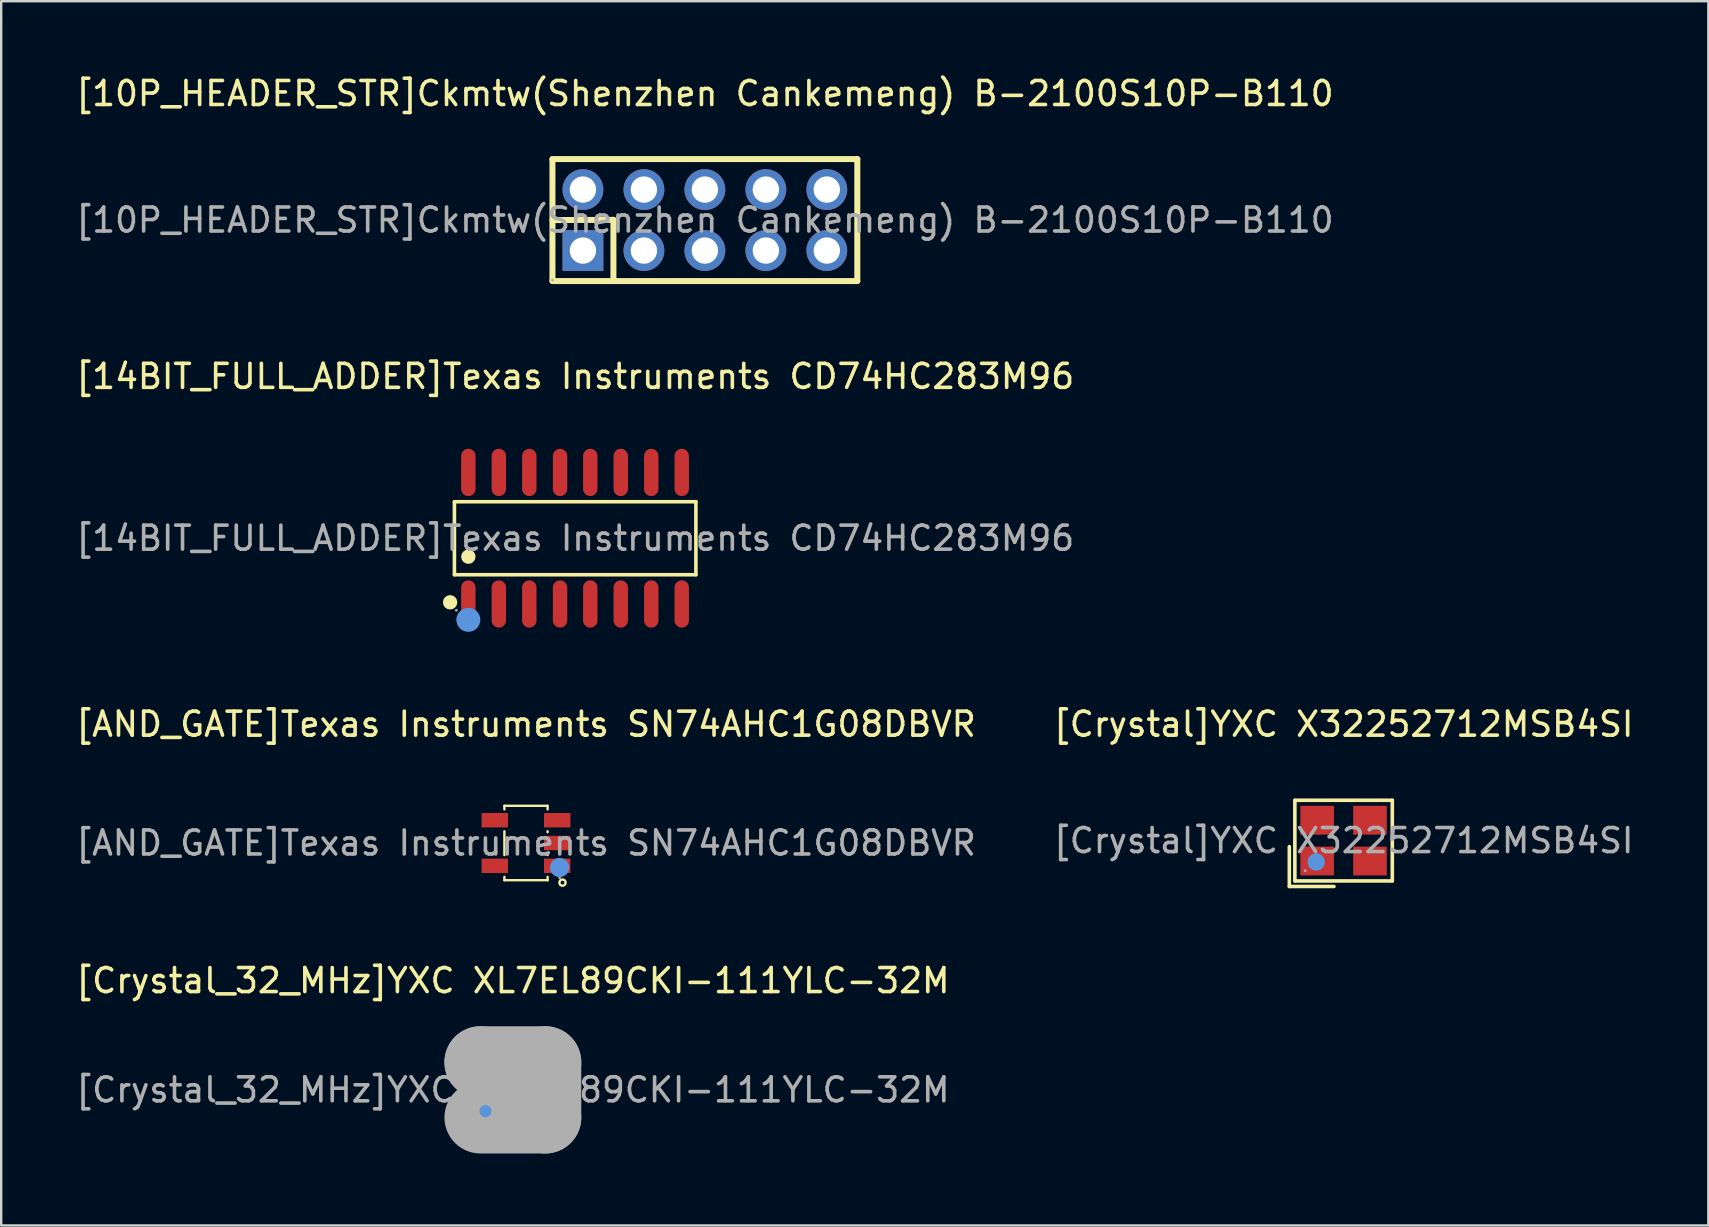
<source format=kicad_pcb>
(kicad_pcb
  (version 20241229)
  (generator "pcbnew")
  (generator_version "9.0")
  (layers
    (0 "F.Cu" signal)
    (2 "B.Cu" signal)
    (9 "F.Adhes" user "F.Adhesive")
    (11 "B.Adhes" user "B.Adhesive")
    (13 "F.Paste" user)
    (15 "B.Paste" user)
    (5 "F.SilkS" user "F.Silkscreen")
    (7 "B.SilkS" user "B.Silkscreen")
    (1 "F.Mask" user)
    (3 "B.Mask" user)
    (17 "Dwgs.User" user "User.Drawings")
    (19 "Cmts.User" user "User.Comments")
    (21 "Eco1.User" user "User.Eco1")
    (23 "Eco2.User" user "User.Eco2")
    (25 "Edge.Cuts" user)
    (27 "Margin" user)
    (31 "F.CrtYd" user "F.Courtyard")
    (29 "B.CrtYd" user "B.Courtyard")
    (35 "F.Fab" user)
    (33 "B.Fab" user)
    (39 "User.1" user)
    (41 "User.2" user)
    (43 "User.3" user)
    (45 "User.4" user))
  (footprint "[Crystal]YXC X32252712MSB4SI"
    (layer "F.Cu")
    (at 52.923 31.97)
    (property "Reference" "[Crystal]YXC X32252712MSB4SI" (at 0 -4.85 0) (layer "F.SilkS") (effects (font (size 1 1) (thickness 0.15))))
    (attr smd)
    (fp_line (start -2.26 0.25) (end -2.26 1.91) (stroke (width 0.15) (type solid)) (layer "F.SilkS"))
    (fp_line (start -2.26 1.91) (end -0.4 1.91) (stroke (width 0.15) (type solid)) (layer "F.SilkS"))
    (fp_line (start -2.03 -1.68) (end 2.03 -1.68) (stroke (width 0.15) (type solid)) (layer "F.SilkS"))
    (fp_line (start -2.03 1.68) (end -2.03 -1.68) (stroke (width 0.15) (type solid)) (layer "F.SilkS"))
    (fp_line (start 2.03 -1.68) (end 2.03 1.68) (stroke (width 0.15) (type solid)) (layer "F.SilkS"))
    (fp_line (start 2.03 1.68) (end -2.03 1.68) (stroke (width 0.15) (type solid)) (layer "F.SilkS"))
    (fp_circle (center -1.14 0.89) (end -0.96 0.89) (stroke (width 0.36) (type solid)) (fill no) (layer "Cmts.User"))
    (fp_circle (center -1.6 1.25) (end -1.57 1.25) (stroke (width 0.06) (type solid)) (fill no) (layer "F.Fab"))
    (fp_text user "${REFERENCE}" (at 0 0 0) (layer "F.Fab") (effects (font (size 1 1) (thickness 0.15))))
    (pad "1" smd rect (at -1.1 0.85) (size 1.4 1.2) (layers "F.Cu" "F.Mask" "F.Paste"))
    (pad "2" smd rect (at 1.1 0.85) (size 1.4 1.2) (layers "F.Cu" "F.Mask" "F.Paste"))
    (pad "3" smd rect (at 1.1 -0.85) (size 1.4 1.2) (layers "F.Cu" "F.Mask" "F.Paste"))
    (pad "4" smd rect (at -1.1 -0.85) (size 1.4 1.2) (layers "F.Cu" "F.Mask" "F.Paste")))
  (footprint "[AND_GATE]Texas Instruments SN74AHC1G08DBVR"
    (layer "F.Cu")
    (at 18.863 32.07)
    (property "Reference" "[AND_GATE]Texas Instruments SN74AHC1G08DBVR" (at 0 -4.95 0) (layer "F.SilkS") (effects (font (size 1 1) (thickness 0.15))))
    (attr smd)
    (fp_line (start -0.9 -1.55) (end -0.9 -1.4) (stroke (width 0.1) (type solid)) (layer "F.SilkS"))
    (fp_line (start -0.9 -1.55) (end 0.9 -1.55) (stroke (width 0.1) (type solid)) (layer "F.SilkS"))
    (fp_line (start -0.9 -0.49) (end -0.9 0.5) (stroke (width 0.1) (type solid)) (layer "F.SilkS"))
    (fp_line (start -0.9 1.41) (end -0.9 1.55) (stroke (width 0.1) (type solid)) (layer "F.SilkS"))
    (fp_line (start -0.9 1.55) (end 0.9 1.55) (stroke (width 0.1) (type solid)) (layer "F.SilkS"))
    (fp_line (start 0.9 -1.55) (end 0.9 -1.4) (stroke (width 0.1) (type solid)) (layer "F.SilkS"))
    (fp_line (start 0.9 -0.49) (end 0.9 -0.45) (stroke (width 0.1) (type solid)) (layer "F.SilkS"))
    (fp_line (start 0.9 0.46) (end 0.9 0.5) (stroke (width 0.1) (type solid)) (layer "F.SilkS"))
    (fp_line (start 0.9 1.41) (end 0.9 1.55) (stroke (width 0.1) (type solid)) (layer "F.SilkS"))
    (fp_circle (center 1.52 1.65) (end 1.65 1.65) (stroke (width 0.1) (type solid)) (fill no) (layer "F.SilkS"))
    (fp_circle (center 1.4 1.02) (end 1.6 1.02) (stroke (width 0.4) (type solid)) (fill no) (layer "Cmts.User"))
    (fp_circle (center 1.4 1.45) (end 1.43 1.45) (stroke (width 0.06) (type solid)) (fill no) (layer "F.Fab"))
    (fp_text user "${REFERENCE}" (at 0 0 0) (layer "F.Fab") (effects (font (size 1 1) (thickness 0.15))))
    (pad "1" smd rect (at 1.3 0.95) (size 1.1 0.6) (layers "F.Cu" "F.Mask" "F.Paste"))
    (pad "2" smd rect (at 1.3 0) (size 1.1 0.6) (layers "F.Cu" "F.Mask" "F.Paste"))
    (pad "3" smd rect (at 1.3 -0.95) (size 1.1 0.6) (layers "F.Cu" "F.Mask" "F.Paste"))
    (pad "4" smd rect (at -1.3 -0.95) (size 1.1 0.6) (layers "F.Cu" "F.Mask" "F.Paste"))
    (pad "5" smd rect (at -1.3 0.95) (size 1.1 0.6) (layers "F.Cu" "F.Mask" "F.Paste")))
  (footprint "[14BIT_FULL_ADDER]Texas Instruments CD74HC283M96"
    (layer "F.Cu")
    (at 20.911 19.372)
    (property "Reference" "[14BIT_FULL_ADDER]Texas Instruments CD74HC283M96" (at 0 -6.74 0) (layer "F.SilkS") (effects (font (size 1 1) (thickness 0.15))))
    (attr smd)
    (fp_line (start -5.03 -1.52) (end 5.03 -1.52) (stroke (width 0.15) (type solid)) (layer "F.SilkS"))
    (fp_line (start -5.03 1.52) (end -5.03 -1.52) (stroke (width 0.15) (type solid)) (layer "F.SilkS"))
    (fp_line (start 5.03 -1.52) (end 5.03 1.52) (stroke (width 0.15) (type solid)) (layer "F.SilkS"))
    (fp_line (start 5.03 1.52) (end -5.03 1.52) (stroke (width 0.15) (type solid)) (layer "F.SilkS"))
    (fp_circle (center -5.21 2.67) (end -5.06 2.67) (stroke (width 0.3) (type solid)) (fill no) (layer "F.SilkS"))
    (fp_circle (center -4.45 0.77) (end -4.3 0.77) (stroke (width 0.3) (type solid)) (fill no) (layer "F.SilkS"))
    (fp_circle (center -4.45 3.4) (end -4.2 3.4) (stroke (width 0.5) (type solid)) (fill no) (layer "Cmts.User"))
    (fp_circle (center -4.95 3) (end -4.92 3) (stroke (width 0.06) (type solid)) (fill no) (layer "F.Fab"))
    (fp_text user "${REFERENCE}" (at 0 0 0) (layer "F.Fab") (effects (font (size 1 1) (thickness 0.15))))
    (pad "1" smd oval (at -4.45 2.74) (size 0.6 1.97) (layers "F.Cu" "F.Mask" "F.Paste"))
    (pad "2" smd oval (at -3.18 2.74) (size 0.6 1.97) (layers "F.Cu" "F.Mask" "F.Paste"))
    (pad "3" smd oval (at -1.91 2.74) (size 0.6 1.97) (layers "F.Cu" "F.Mask" "F.Paste"))
    (pad "4" smd oval (at -0.63 2.74) (size 0.6 1.97) (layers "F.Cu" "F.Mask" "F.Paste"))
    (pad "5" smd oval (at 0.63 2.74) (size 0.6 1.97) (layers "F.Cu" "F.Mask" "F.Paste"))
    (pad "6" smd oval (at 1.9 2.74) (size 0.6 1.97) (layers "F.Cu" "F.Mask" "F.Paste"))
    (pad "7" smd oval (at 3.17 2.74) (size 0.6 1.97) (layers "F.Cu" "F.Mask" "F.Paste"))
    (pad "8" smd oval (at 4.44 2.74) (size 0.6 1.97) (layers "F.Cu" "F.Mask" "F.Paste"))
    (pad "9" smd oval (at 4.44 -2.74) (size 0.6 1.97) (layers "F.Cu" "F.Mask" "F.Paste"))
    (pad "10" smd oval (at 3.17 -2.74) (size 0.6 1.97) (layers "F.Cu" "F.Mask" "F.Paste"))
    (pad "11" smd oval (at 1.9 -2.74) (size 0.6 1.97) (layers "F.Cu" "F.Mask" "F.Paste"))
    (pad "12" smd oval (at 0.63 -2.74) (size 0.6 1.97) (layers "F.Cu" "F.Mask" "F.Paste"))
    (pad "13" smd oval (at -0.63 -2.74) (size 0.6 1.97) (layers "F.Cu" "F.Mask" "F.Paste"))
    (pad "14" smd oval (at -1.91 -2.74) (size 0.6 1.97) (layers "F.Cu" "F.Mask" "F.Paste"))
    (pad "15" smd oval (at -3.18 -2.74) (size 0.6 1.97) (layers "F.Cu" "F.Mask" "F.Paste"))
    (pad "16" smd oval (at -4.45 -2.74) (size 0.6 1.97) (layers "F.Cu" "F.Mask" "F.Paste")))
  (footprint "[Crystal_32_MHz]YXC XL7EL89CKI-111YLC-32M"
    (layer "F.Cu")
    (at 18.315 42.353)
    (property "Reference" "[Crystal_32_MHz]YXC XL7EL89CKI-111YLC-32M" (at 0 -4.55 0) (layer "F.SilkS") (effects (font (size 1 1) (thickness 0.15))))
    (attr smd)
    (fp_line (start -1.65 0.15) (end -1.65 1.45) (stroke (width 0.15) (type solid)) (layer "F.SilkS"))
    (fp_line (start -1.65 1.45) (end -0.25 1.45) (stroke (width 0.15) (type solid)) (layer "F.SilkS"))
    (fp_circle (center -1.14 0.89) (end -1.01 0.89) (stroke (width 0.25) (type solid)) (fill no) (layer "Cmts.User"))
    (fp_line (start -1.35 -1.15) (end -1.35 -1.15) (stroke (width 3) (type solid)) (layer "F.Fab"))
    (fp_line (start -1.35 -1.15) (end 1.35 -1.15) (stroke (width 3) (type solid)) (layer "F.Fab"))
    (fp_line (start 1.35 -1.15) (end 1.35 1.15) (stroke (width 3) (type solid)) (layer "F.Fab"))
    (fp_line (start 1.35 1.15) (end -1.35 1.15) (stroke (width 3) (type solid)) (layer "F.Fab"))
    (fp_circle (center -1 0.8) (end -0.97 0.8) (stroke (width 0.06) (type solid)) (fill no) (layer "F.Fab"))
    (fp_text user "${REFERENCE}" (at 0 0 0) (layer "F.Fab") (effects (font (size 1 1) (thickness 0.15))))
    (pad "1" smd rect (at -0.7 0.55) (size 0.9 0.8) (layers "F.Cu" "F.Mask" "F.Paste"))
    (pad "2" smd rect (at 0.7 0.55) (size 0.9 0.8) (layers "F.Cu" "F.Mask" "F.Paste"))
    (pad "3" smd rect (at 0.7 -0.55) (size 0.9 0.8) (layers "F.Cu" "F.Mask" "F.Paste"))
    (pad "4" smd rect (at -0.7 -0.55) (size 0.9 0.8) (layers "F.Cu" "F.Mask" "F.Paste")))
  (footprint "[10P_HEADER_STR]Ckmtw(Shenzhen Cankemeng) B-2100S10P-B110"
    (layer "F.Cu")
    (at 26.315 6.118)
    (property "Reference" "[10P_HEADER_STR]Ckmtw(Shenzhen Cankemeng) B-2100S10P-B110" (at 0 -5.27 0) (layer "F.SilkS") (effects (font (size 1 1) (thickness 0.15))))
    (attr through_hole)
    (fp_line (start -6.35 -2.54) (end -6.35 2.54) (stroke (width 0.25) (type solid)) (layer "F.SilkS"))
    (fp_line (start -6.35 -2.54) (end 6.35 -2.54) (stroke (width 0.25) (type solid)) (layer "F.SilkS"))
    (fp_line (start -6.35 0) (end -3.81 -0.01) (stroke (width 0.25) (type solid)) (layer "F.SilkS"))
    (fp_line (start -6.35 2.54) (end 6.35 2.54) (stroke (width 0.25) (type solid)) (layer "F.SilkS"))
    (fp_line (start -3.81 -0.01) (end -3.81 2.54) (stroke (width 0.25) (type solid)) (layer "F.SilkS"))
    (fp_line (start 6.35 -2.54) (end 6.35 2.54) (stroke (width 0.25) (type solid)) (layer "F.SilkS"))
    (fp_circle (center -6.35 2.5) (end -6.32 2.5) (stroke (width 0.06) (type solid)) (fill no) (layer "F.Fab"))
    (fp_text user "${REFERENCE}" (at 0 0 0) (layer "F.Fab") (effects (font (size 1 1) (thickness 0.15))))
    (pad "1" thru_hole rect (at -5.08 1.27) (size 1.7 1.7) (drill 1.1) (layers "*.Cu" "*.Mask"))
    (pad "2" thru_hole circle (at -5.08 -1.27) (size 1.7 1.7) (drill 1.1) (layers "*.Cu" "*.Mask"))
    (pad "3" thru_hole circle (at -2.54 1.27) (size 1.7 1.7) (drill 1.1) (layers "*.Cu" "*.Mask"))
    (pad "4" thru_hole circle (at -2.54 -1.27) (size 1.7 1.7) (drill 1.1) (layers "*.Cu" "*.Mask"))
    (pad "5" thru_hole circle (at 0 1.27) (size 1.7 1.7) (drill 1.1) (layers "*.Cu" "*.Mask"))
    (pad "6" thru_hole circle (at 0 -1.27) (size 1.7 1.7) (drill 1.1) (layers "*.Cu" "*.Mask"))
    (pad "7" thru_hole circle (at 2.54 1.27) (size 1.7 1.7) (drill 1.1) (layers "*.Cu" "*.Mask"))
    (pad "8" thru_hole circle (at 2.54 -1.27) (size 1.7 1.7) (drill 1.1) (layers "*.Cu" "*.Mask"))
    (pad "9" thru_hole circle (at 5.08 1.27) (size 1.7 1.7) (drill 1.1) (layers "*.Cu" "*.Mask"))
    (pad "10" thru_hole circle (at 5.08 -1.27) (size 1.7 1.7) (drill 1.1) (layers "*.Cu" "*.Mask")))
  (gr_rect
    (start -3 -3)
    (end 68.119 48.003)
    (stroke (width 0.1) (type default))
    (fill no)
    (layer "Edge.Cuts")))
</source>
